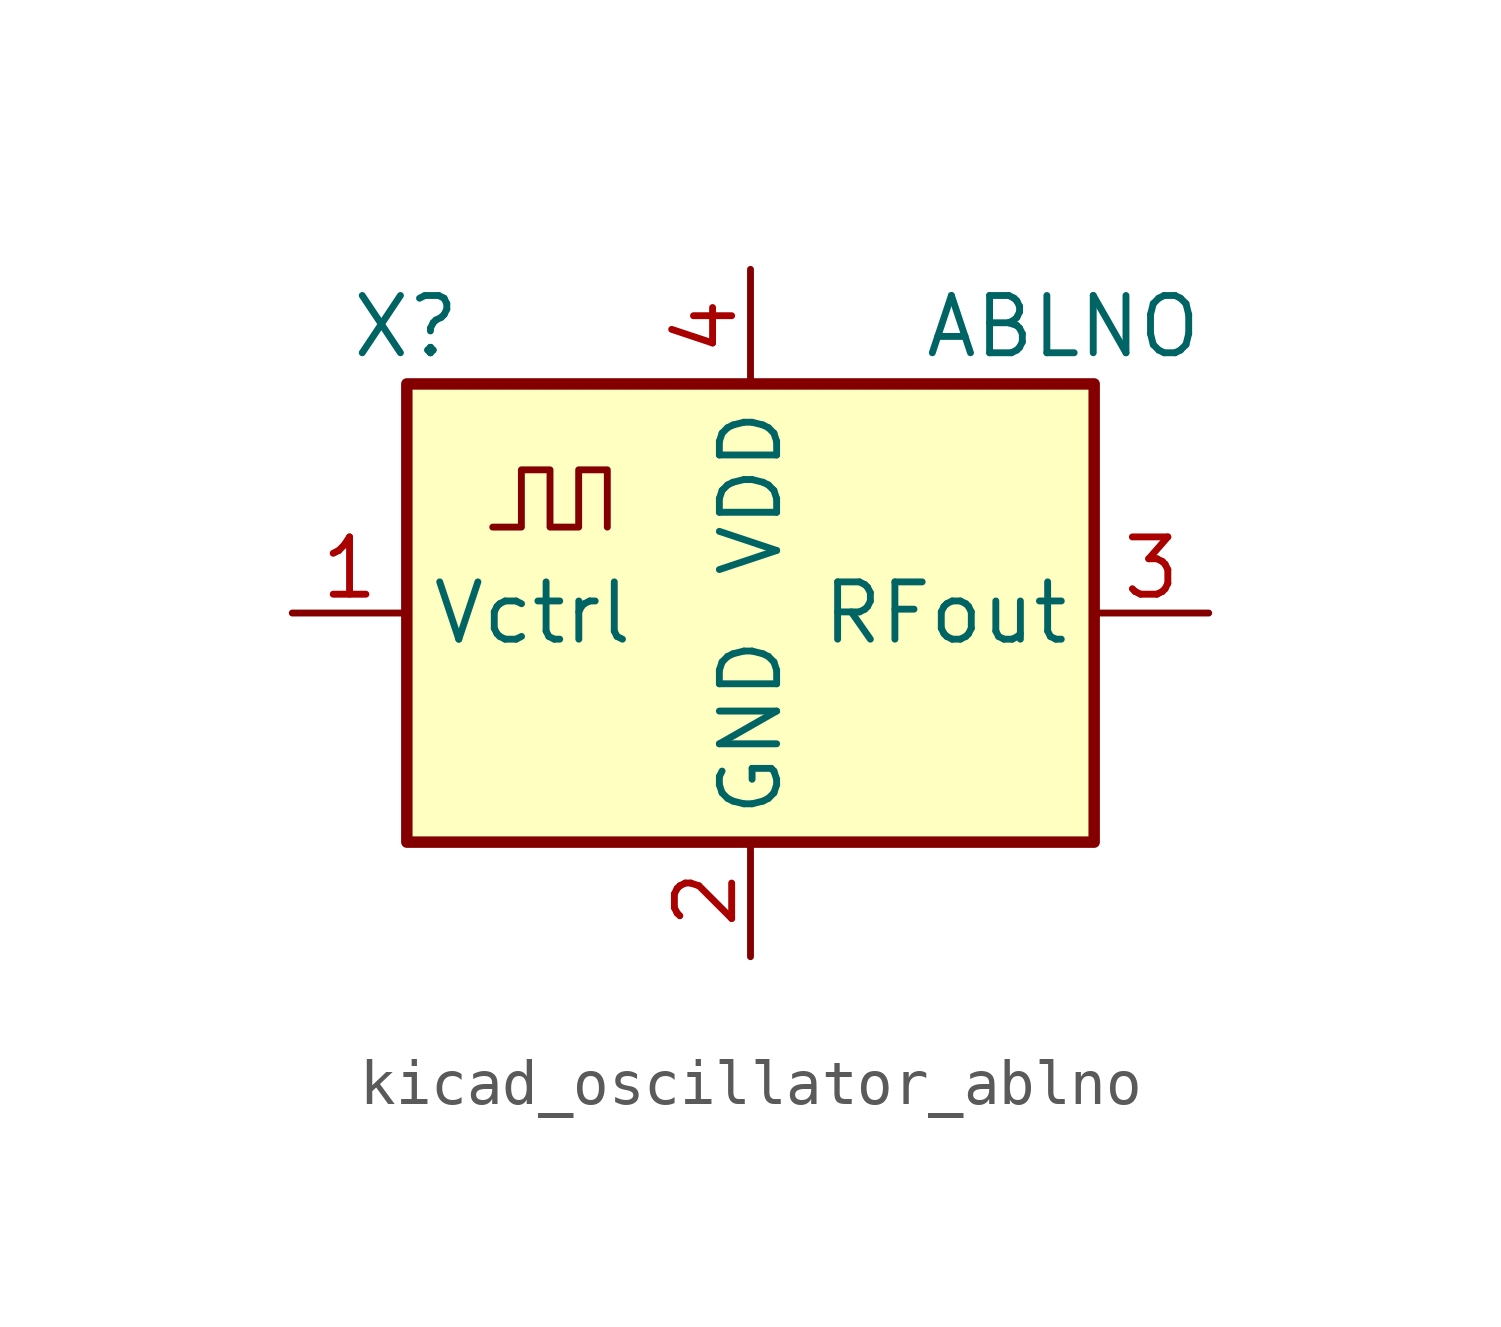
<source format=kicad_sym>
(kicad_symbol_lib
  (version 20220914)
  (generator kicad_symbol_editor)
  (symbol "kicad_oscillator_ablno"
    (property "Reference" "X"
      (at -8.89 6.35 0)
      (effects (font (size 1.27 1.27)) (justify left)))
    (property "Value" "ABLNO"
      (at 3.81 6.35 0)
      (effects (font (size 1.27 1.27)) (justify left)))
    (symbol "kicad_oscillator_ablno_0_1"
      (rectangle (start -7.62 5.08) (end 7.62 -5.08) (stroke (width 0.254) (type default)) (fill (type background)))
      (polyline (pts (xy -5.715 1.905) (xy -5.08 1.905) (xy -5.08 3.175) (xy -4.445 3.175) (xy -4.445 1.905) (xy -3.81 1.905) (xy -3.81 3.175) (xy -3.175 3.175) (xy -3.175 1.905)) (stroke (width 0) (type default)) (fill (type none))))
    (symbol "kicad_oscillator_ablno_1_1"
      (pin input line (at -10.16 0 0) (length 2.54) (name "Vctrl" (effects (font (size 1.27 1.27)))) (number "1" (effects (font (size 1.27 1.27)))))
      (pin power_in line (at 0 -7.62 90) (length 2.54) (name "GND" (effects (font (size 1.27 1.27)))) (number "2" (effects (font (size 1.27 1.27)))))
      (pin output line (at 10.16 0 180) (length 2.54) (name "RFout" (effects (font (size 1.27 1.27)))) (number "3" (effects (font (size 1.27 1.27)))))
      (pin power_in line (at 0 7.62 270) (length 2.54) (name "VDD" (effects (font (size 1.27 1.27)))) (number "4" (effects (font (size 1.27 1.27))))))))
</source>
